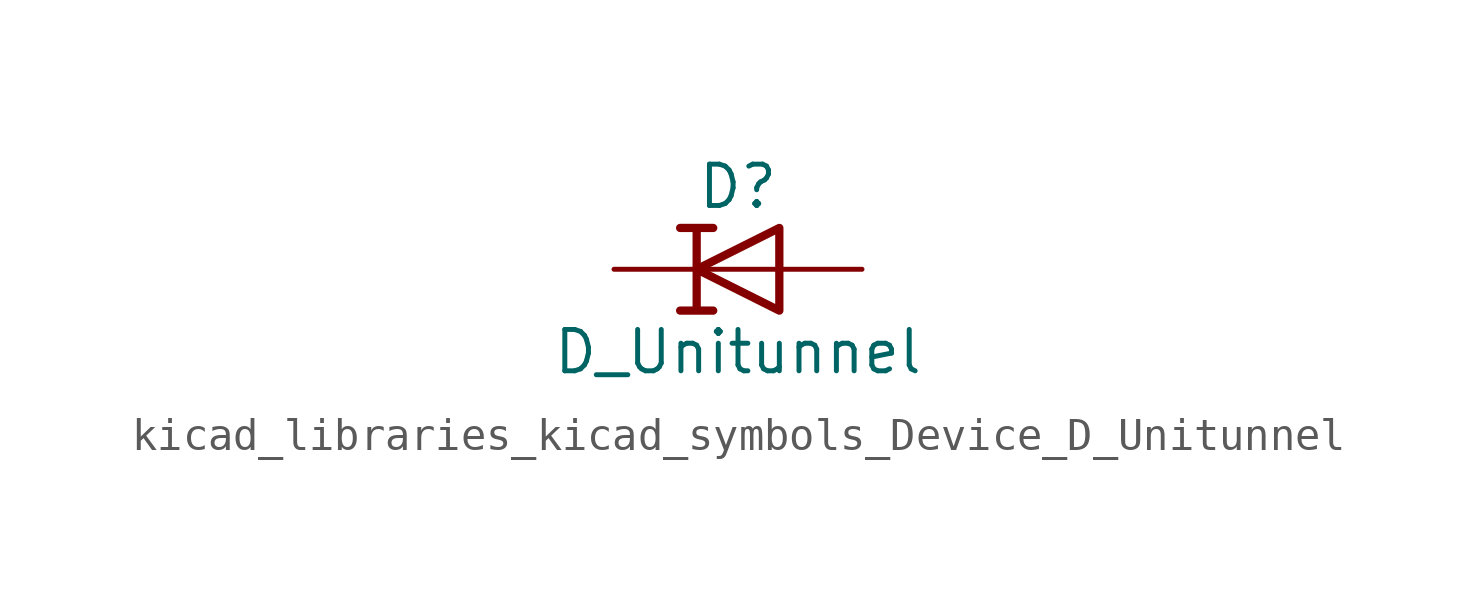
<source format=kicad_sym>
(kicad_symbol_lib
  (version 20220914)
  (generator kicad_symbol_editor)
  (symbol "kicad_libraries_kicad_symbols_Device_D_Unitunnel"
    (pin_numbers hide)
    (pin_names
      (offset 1.016) hide)
    (property "Reference" "D"
      (at 0 2.54 0)
      (effects (font (size 1.27 1.27))))
    (property "Value" "D_Unitunnel"
      (at 0 -2.54 0)
      (effects (font (size 1.27 1.27))))
    (symbol "kicad_libraries_kicad_symbols_Device_D_Unitunnel_0_1"
      (polyline (pts (xy 1.27 0) (xy -1.27 0)) (stroke (width 0) (type default)) (fill (type none)))
      (polyline (pts (xy 1.27 -1.27) (xy 1.27 1.27) (xy -1.27 0) (xy 1.27 -1.27)) (stroke (width 0.254) (type default)) (fill (type none)))
      (polyline (pts (xy -1.778 -1.27) (xy -0.762 -1.27) (xy -1.27 -1.27) (xy -1.27 1.27) (xy -0.762 1.27) (xy -1.778 1.27)) (stroke (width 0.254) (type default)) (fill (type none))))
    (symbol "kicad_libraries_kicad_symbols_Device_D_Unitunnel_1_1"
      (pin passive line (at -3.81 0 0) (length 2.54) (name "K" (effects (font (size 1.27 1.27)))) (number "1" (effects (font (size 1.27 1.27)))))
      (pin passive line (at 3.81 0 180) (length 2.54) (name "A" (effects (font (size 1.27 1.27)))) (number "2" (effects (font (size 1.27 1.27))))))))
</source>
